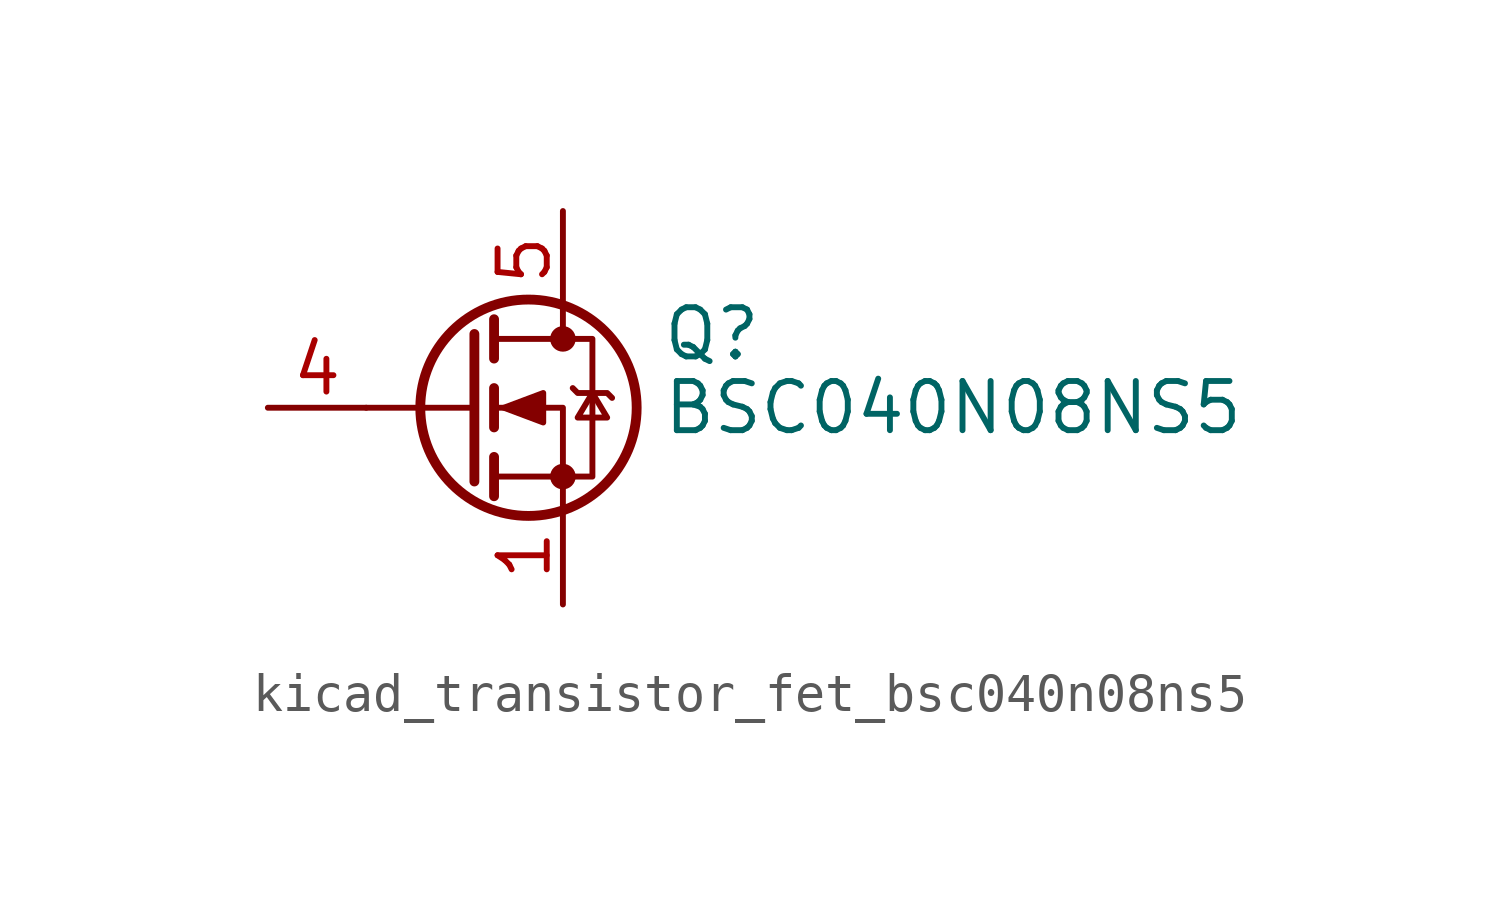
<source format=kicad_sym>
(kicad_symbol_lib
  (version 20220914)
  (generator kicad_symbol_editor)
  (symbol "kicad_transistor_fet_bsc040n08ns5"
    (pin_names hide)
    (property "Reference" "Q"
      (at 5.08 1.905 0)
      (effects (font (size 1.27 1.27)) (justify left)))
    (property "Value" "BSC040N08NS5"
      (at 5.08 0 0)
      (effects (font (size 1.27 1.27)) (justify left)))
    (symbol "kicad_transistor_fet_bsc040n08ns5_0_1"
      (polyline (pts (xy 0.254 0) (xy -2.54 0)) (stroke (width 0) (type default)) (fill (type none)))
      (polyline (pts (xy 0.254 1.905) (xy 0.254 -1.905)) (stroke (width 0.254) (type default)) (fill (type none)))
      (polyline (pts (xy 0.762 -1.27) (xy 0.762 -2.286)) (stroke (width 0.254) (type default)) (fill (type none)))
      (polyline (pts (xy 0.762 0.508) (xy 0.762 -0.508)) (stroke (width 0.254) (type default)) (fill (type none)))
      (polyline (pts (xy 0.762 2.286) (xy 0.762 1.27)) (stroke (width 0.254) (type default)) (fill (type none)))
      (polyline (pts (xy 2.54 2.54) (xy 2.54 1.778)) (stroke (width 0) (type default)) (fill (type none)))
      (polyline (pts (xy 2.54 -2.54) (xy 2.54 0) (xy 0.762 0)) (stroke (width 0) (type default)) (fill (type none)))
      (polyline (pts (xy 0.762 -1.778) (xy 3.302 -1.778) (xy 3.302 1.778) (xy 0.762 1.778)) (stroke (width 0) (type default)) (fill (type none)))
      (polyline (pts (xy 1.016 0) (xy 2.032 0.381) (xy 2.032 -0.381) (xy 1.016 0)) (stroke (width 0) (type default)) (fill (type outline)))
      (polyline (pts (xy 2.794 0.508) (xy 2.921 0.381) (xy 3.683 0.381) (xy 3.81 0.254)) (stroke (width 0) (type default)) (fill (type none)))
      (polyline (pts (xy 3.302 0.381) (xy 2.921 -0.254) (xy 3.683 -0.254) (xy 3.302 0.381)) (stroke (width 0) (type default)) (fill (type none)))
      (circle (center 1.651 0) (radius 2.794) (stroke (width 0.254) (type default)) (fill (type none)))
      (circle (center 2.54 -1.778) (radius 0.254) (stroke (width 0) (type default)) (fill (type outline)))
      (circle (center 2.54 1.778) (radius 0.254) (stroke (width 0) (type default)) (fill (type outline))))
    (symbol "kicad_transistor_fet_bsc040n08ns5_1_1"
      (pin passive line (at 2.54 -5.08 90) (length 2.54) (name "S" (effects (font (size 1.27 1.27)))) (number "1" (effects (font (size 1.27 1.27)))))
      (pin passive line (at 2.54 -5.08 90) (length 2.54) hide (name "S" (effects (font (size 1.27 1.27)))) (number "2" (effects (font (size 1.27 1.27)))))
      (pin passive line (at 2.54 -5.08 90) (length 2.54) hide (name "S" (effects (font (size 1.27 1.27)))) (number "3" (effects (font (size 1.27 1.27)))))
      (pin passive line (at -5.08 0 0) (length 2.54) (name "G" (effects (font (size 1.27 1.27)))) (number "4" (effects (font (size 1.27 1.27)))))
      (pin passive line (at 2.54 5.08 270) (length 2.54) (name "D" (effects (font (size 1.27 1.27)))) (number "5" (effects (font (size 1.27 1.27))))))))
</source>
